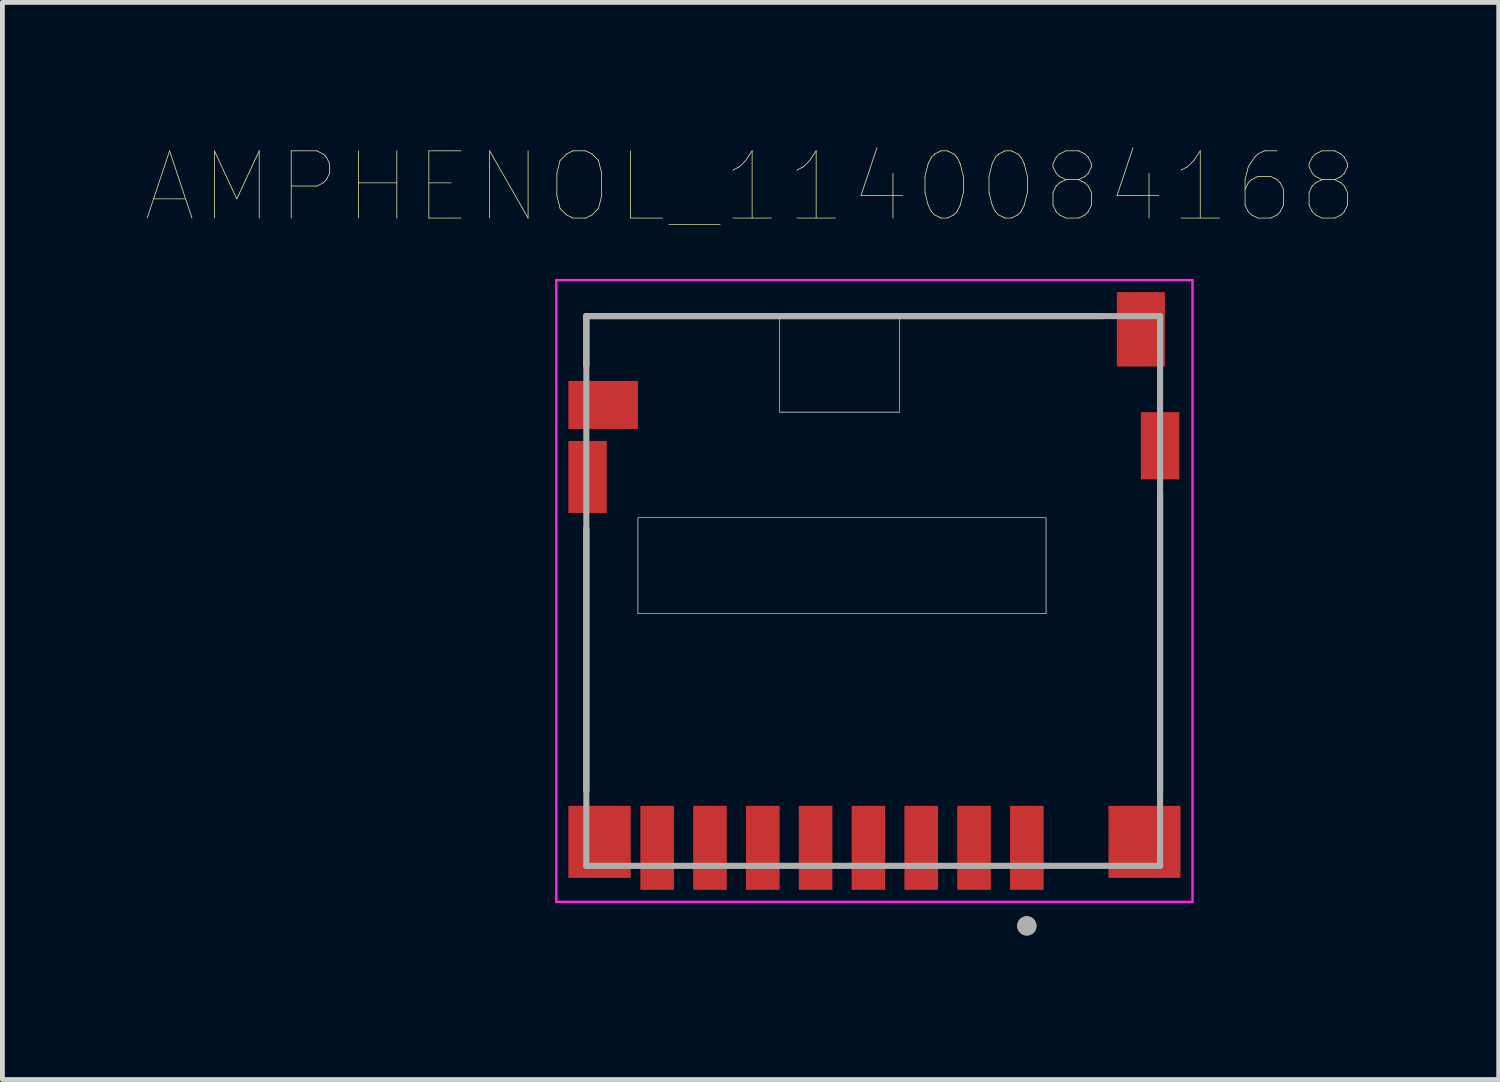
<source format=kicad_pcb>
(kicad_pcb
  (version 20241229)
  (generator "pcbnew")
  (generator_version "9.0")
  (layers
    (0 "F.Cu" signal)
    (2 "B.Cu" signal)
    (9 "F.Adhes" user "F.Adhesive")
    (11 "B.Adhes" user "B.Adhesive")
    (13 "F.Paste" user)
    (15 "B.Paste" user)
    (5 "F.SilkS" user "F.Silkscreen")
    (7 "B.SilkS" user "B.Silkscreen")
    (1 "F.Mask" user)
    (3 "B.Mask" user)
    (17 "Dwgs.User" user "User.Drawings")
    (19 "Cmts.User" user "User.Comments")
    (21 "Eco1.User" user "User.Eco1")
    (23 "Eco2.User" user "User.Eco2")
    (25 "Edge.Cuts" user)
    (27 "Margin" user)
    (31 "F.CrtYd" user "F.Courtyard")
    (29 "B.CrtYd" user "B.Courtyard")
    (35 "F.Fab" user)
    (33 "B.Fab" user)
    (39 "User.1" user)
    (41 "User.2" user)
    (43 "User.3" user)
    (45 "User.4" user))
  (footprint "AMPHENOL_1140084168"
    (layer "F.Cu")
    (at 15.137 13.734)
    (property "Reference" "AMPHENOL_1140084168" (at -2.555 -12.889 0) (layer "F.SilkS") (effects (font (size 1.4 1.4) (thickness 0.015))))
    (attr through_hole)
    (fp_line (start -5.975 -10.2) (end -5.975 -9.17) (stroke (width 0.127) (type solid)) (layer "F.SilkS"))
    (fp_line (start -5.975 -5.78) (end -5.975 -0.32) (stroke (width 0.127) (type solid)) (layer "F.SilkS"))
    (fp_line (start 4.78 -10.2) (end -5.975 -10.2) (stroke (width 0.127) (type solid)) (layer "F.SilkS"))
    (fp_line (start 5.975 -0.32) (end 5.975 -6.48) (stroke (width 0.127) (type solid)) (layer "F.SilkS"))
    (fp_circle (center 3.2 2.5) (end 3.3 2.5) (stroke (width 0.2) (type solid)) (fill no) (layer "F.SilkS"))
    (fp_poly (pts (xy -4.9 -6) (xy 3.6 -6) (xy 3.6 -4) (xy -4.9 -4)) (stroke (width 0.01) (type solid)) (fill no) (layer "Dwgs.User"))
    (fp_poly (pts (xy -4.9 -6) (xy 3.6 -6) (xy 3.6 -4) (xy -4.9 -4)) (stroke (width 0.01) (type solid)) (fill no) (layer "Dwgs.User"))
    (fp_poly (pts (xy -1.95 -10.2) (xy 0.55 -10.2) (xy 0.55 -8.2) (xy -1.95 -8.2)) (stroke (width 0.01) (type solid)) (fill no) (layer "Dwgs.User"))
    (fp_poly (pts (xy -1.95 -10.2) (xy 0.55 -10.2) (xy 0.55 -8.2) (xy -1.95 -8.2)) (stroke (width 0.01) (type solid)) (fill no) (layer "Dwgs.User"))
    (fp_line (start -6.6 -10.95) (end -6.6 2) (stroke (width 0.05) (type solid)) (layer "F.CrtYd"))
    (fp_line (start -6.6 2) (end 6.65 2) (stroke (width 0.05) (type solid)) (layer "F.CrtYd"))
    (fp_line (start 6.65 -10.95) (end -6.6 -10.95) (stroke (width 0.05) (type solid)) (layer "F.CrtYd"))
    (fp_line (start 6.65 2) (end 6.65 -10.95) (stroke (width 0.05) (type solid)) (layer "F.CrtYd"))
    (fp_line (start -5.975 -10.2) (end -5.975 1.25) (stroke (width 0.127) (type solid)) (layer "F.Fab"))
    (fp_line (start -5.975 1.25) (end 5.975 1.25) (stroke (width 0.127) (type solid)) (layer "F.Fab"))
    (fp_line (start 5.975 -10.2) (end -5.975 -10.2) (stroke (width 0.127) (type solid)) (layer "F.Fab"))
    (fp_line (start 5.975 1.25) (end 5.975 -10.2) (stroke (width 0.127) (type solid)) (layer "F.Fab"))
    (fp_circle (center 3.2 2.5) (end 3.3 2.5) (stroke (width 0.2) (type solid)) (fill no) (layer "F.Fab"))
    (pad "1" smd rect (at 3.2 0.875) (size 0.7 1.75) (layers "F.Cu" "F.Mask" "F.Paste"))
    (pad "2" smd rect (at 2.1 0.875) (size 0.7 1.75) (layers "F.Cu" "F.Mask" "F.Paste"))
    (pad "3" smd rect (at 1 0.875) (size 0.7 1.75) (layers "F.Cu" "F.Mask" "F.Paste"))
    (pad "4" smd rect (at -0.1 0.875) (size 0.7 1.75) (layers "F.Cu" "F.Mask" "F.Paste"))
    (pad "5" smd rect (at -1.2 0.875) (size 0.7 1.75) (layers "F.Cu" "F.Mask" "F.Paste"))
    (pad "6" smd rect (at -2.3 0.875) (size 0.7 1.75) (layers "F.Cu" "F.Mask" "F.Paste"))
    (pad "7" smd rect (at -3.4 0.875) (size 0.7 1.75) (layers "F.Cu" "F.Mask" "F.Paste"))
    (pad "8" smd rect (at -4.5 0.875) (size 0.7 1.75) (layers "F.Cu" "F.Mask" "F.Paste"))
    (pad "9" smd rect (at 5.575 -9.925) (size 1 1.55) (layers "F.Cu" "F.Mask" "F.Paste"))
    (pad "10" smd rect (at -5.625 -8.35) (size 1.45 1) (layers "F.Cu" "F.Mask" "F.Paste"))
    (pad "S1" smd rect (at 5.65 0.75) (size 1.5 1.5) (layers "F.Cu" "F.Mask" "F.Paste"))
    (pad "S2" smd rect (at -5.7 0.75) (size 1.3 1.5) (layers "F.Cu" "F.Mask" "F.Paste"))
    (pad "S3" smd rect (at 5.975 -7.5) (size 0.8 1.4) (layers "F.Cu" "F.Mask" "F.Paste"))
    (pad "S4" smd rect (at -5.95 -6.85) (size 0.8 1.5) (layers "F.Cu" "F.Mask" "F.Paste")))
  (gr_rect
    (start -3 -3)
    (end 28.165 19.434)
    (stroke (width 0.1) (type default))
    (fill no)
    (layer "Edge.Cuts")))
</source>
